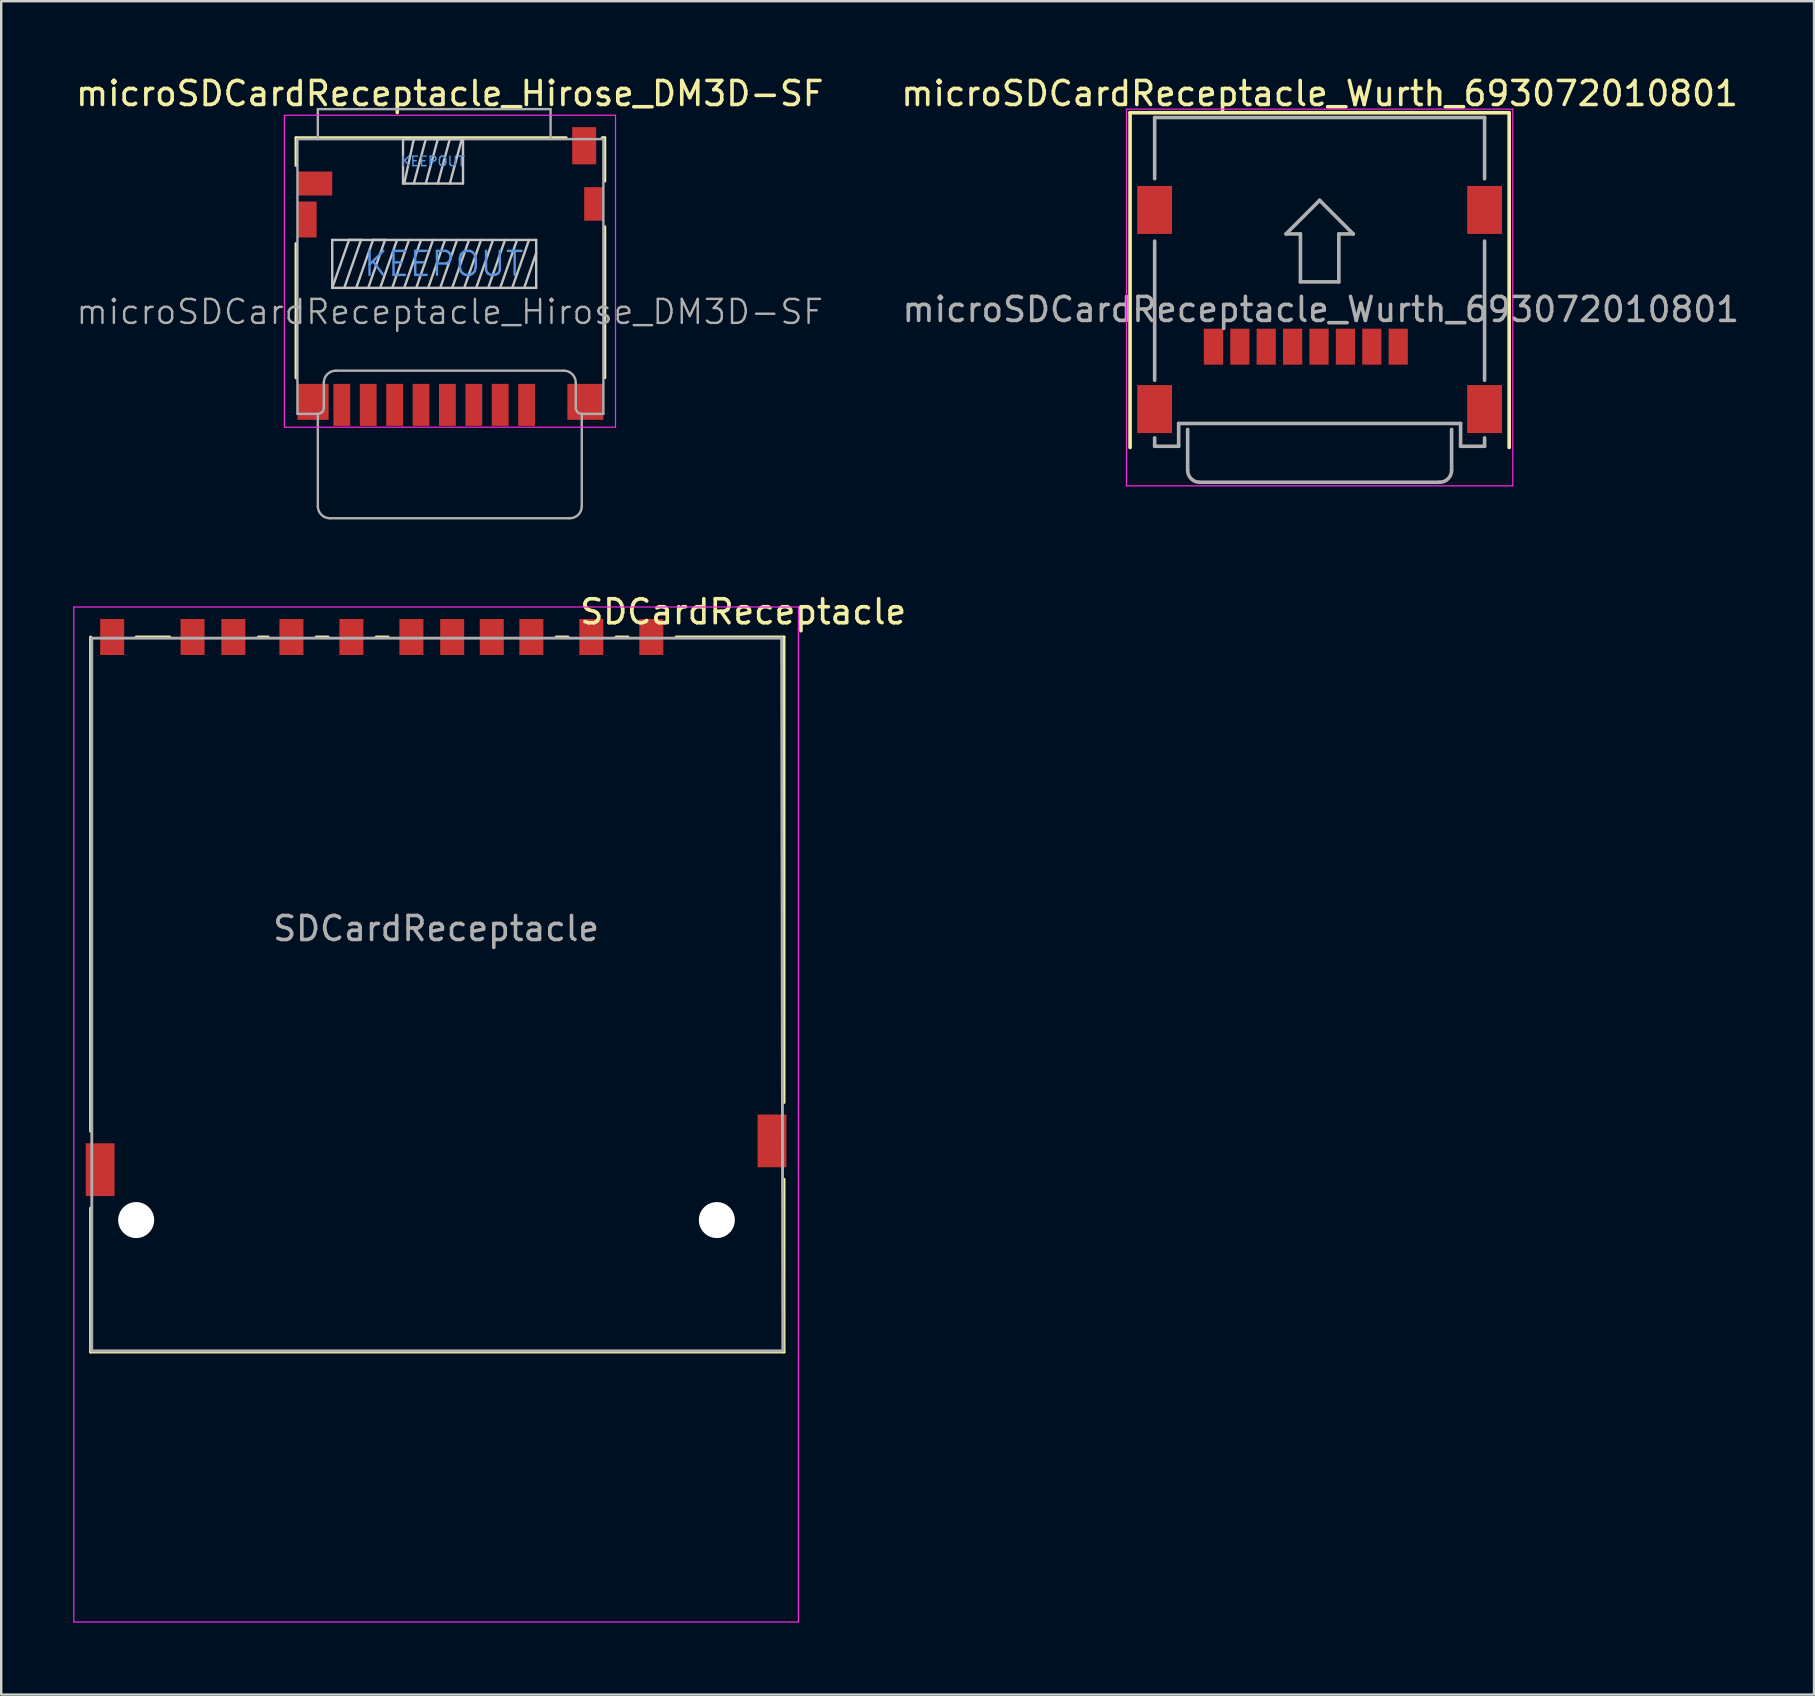
<source format=kicad_pcb>
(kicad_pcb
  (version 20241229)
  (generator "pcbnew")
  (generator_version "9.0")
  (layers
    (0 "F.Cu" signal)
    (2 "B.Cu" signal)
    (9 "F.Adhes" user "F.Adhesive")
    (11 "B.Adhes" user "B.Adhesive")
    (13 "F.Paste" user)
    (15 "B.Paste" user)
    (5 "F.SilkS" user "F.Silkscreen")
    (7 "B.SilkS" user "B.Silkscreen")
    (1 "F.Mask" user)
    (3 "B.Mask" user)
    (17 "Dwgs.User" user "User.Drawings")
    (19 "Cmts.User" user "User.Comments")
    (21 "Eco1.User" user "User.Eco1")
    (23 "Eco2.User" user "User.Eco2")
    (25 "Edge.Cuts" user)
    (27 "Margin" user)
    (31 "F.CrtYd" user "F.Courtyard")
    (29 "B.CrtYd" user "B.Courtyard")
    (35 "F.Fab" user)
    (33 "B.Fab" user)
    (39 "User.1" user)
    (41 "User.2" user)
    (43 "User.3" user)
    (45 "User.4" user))
  (footprint "microSDCardReceptacle_Wurth_693072010801"
    (layer "F.Cu")
    (at 51.946 9.848)
    (property "Reference" "microSDCardReceptacle_Wurth_693072010801" (at 0 -9 0) (layer "F.SilkS") (effects (font (size 1 1) (thickness 0.15))))
    (attr smd)
    (fp_line (start -7.9 -8.2) (end -7.9 5.75) (stroke (width 0.15) (type solid)) (layer "F.SilkS"))
    (fp_line (start 7.9 -8.2) (end -7.9 -8.2) (stroke (width 0.15) (type solid)) (layer "F.SilkS"))
    (fp_line (start 7.9 5.75) (end 7.9 -8.2) (stroke (width 0.15) (type solid)) (layer "F.SilkS"))
    (fp_line (start -8.05 -8.35) (end 8.05 -8.35) (stroke (width 0.05) (type solid)) (layer "F.CrtYd"))
    (fp_line (start -8.05 7.35) (end -8.05 -8.35) (stroke (width 0.05) (type solid)) (layer "F.CrtYd"))
    (fp_line (start 8.05 -8.35) (end 8.05 7.35) (stroke (width 0.05) (type solid)) (layer "F.CrtYd"))
    (fp_line (start 8.05 7.35) (end -8.05 7.35) (stroke (width 0.05) (type solid)) (layer "F.CrtYd"))
    (fp_line (start -6.875 -8) (end -6.875 -5.45) (stroke (width 0.15) (type solid)) (layer "F.Fab"))
    (fp_line (start -6.875 -2.85) (end -6.875 2.95) (stroke (width 0.15) (type solid)) (layer "F.Fab"))
    (fp_line (start -6.875 5.7) (end -6.875 5.35) (stroke (width 0.15) (type solid)) (layer "F.Fab"))
    (fp_line (start -5.875 4.75) (end -5.875 5.7) (stroke (width 0.15) (type solid)) (layer "F.Fab"))
    (fp_line (start -5.875 5.7) (end -6.875 5.7) (stroke (width 0.15) (type solid)) (layer "F.Fab"))
    (fp_line (start -5.5 6.7) (end -5.5 5) (stroke (width 0.15) (type solid)) (layer "F.Fab"))
    (fp_line (start -1.4 -3.15) (end 0 -4.55) (stroke (width 0.15) (type solid)) (layer "F.Fab"))
    (fp_line (start -0.8 -3.15) (end -1.4 -3.15) (stroke (width 0.15) (type solid)) (layer "F.Fab"))
    (fp_line (start -0.8 -1.15) (end -0.8 -3.15) (stroke (width 0.15) (type solid)) (layer "F.Fab"))
    (fp_line (start 0 -4.55) (end 1.4 -3.15) (stroke (width 0.15) (type solid)) (layer "F.Fab"))
    (fp_line (start 0.8 -3.15) (end 0.8 -1.15) (stroke (width 0.15) (type solid)) (layer "F.Fab"))
    (fp_line (start 0.8 -1.15) (end -0.8 -1.15) (stroke (width 0.15) (type solid)) (layer "F.Fab"))
    (fp_line (start 1.4 -3.15) (end 0.8 -3.15) (stroke (width 0.15) (type solid)) (layer "F.Fab"))
    (fp_line (start 5 7.2) (end -5 7.2) (stroke (width 0.15) (type solid)) (layer "F.Fab"))
    (fp_line (start 5.5 6.7) (end 5.5 5) (stroke (width 0.15) (type solid)) (layer "F.Fab"))
    (fp_line (start 5.875 4.75) (end -5.875 4.75) (stroke (width 0.15) (type solid)) (layer "F.Fab"))
    (fp_line (start 5.875 5.7) (end 5.875 4.75) (stroke (width 0.15) (type solid)) (layer "F.Fab"))
    (fp_line (start 6.875 -8) (end -6.875 -8) (stroke (width 0.15) (type solid)) (layer "F.Fab"))
    (fp_line (start 6.875 -5.45) (end 6.875 -8) (stroke (width 0.15) (type solid)) (layer "F.Fab"))
    (fp_line (start 6.875 -2.85) (end 6.875 2.95) (stroke (width 0.15) (type solid)) (layer "F.Fab"))
    (fp_line (start 6.875 5.35) (end 6.875 5.7) (stroke (width 0.15) (type solid)) (layer "F.Fab"))
    (fp_line (start 6.875 5.7) (end 5.875 5.7) (stroke (width 0.15) (type solid)) (layer "F.Fab"))
    (fp_arc (start -5 7.2) (mid -5.353553 7.053553) (end -5.5 6.7) (stroke (width 0.15) (type solid)) (layer "F.Fab"))
    (fp_arc (start 5.5 6.7) (mid 5.353553 7.053553) (end 5 7.2) (stroke (width 0.15) (type solid)) (layer "F.Fab"))
    (fp_text user "${REFERENCE}" (at 0.05 0 0) (layer "F.Fab") (effects (font (size 1 1) (thickness 0.15))))
    (pad "1" smd rect (at 3.275 1.55) (size 0.8 1.5) (layers "F.Cu" "F.Mask" "F.Paste"))
    (pad "2" smd rect (at 2.175 1.55) (size 0.8 1.5) (layers "F.Cu" "F.Mask" "F.Paste"))
    (pad "3" smd rect (at 1.075 1.55) (size 0.8 1.5) (layers "F.Cu" "F.Mask" "F.Paste"))
    (pad "4" smd rect (at -0.025 1.55) (size 0.8 1.5) (layers "F.Cu" "F.Mask" "F.Paste"))
    (pad "5" smd rect (at -1.125 1.55) (size 0.8 1.5) (layers "F.Cu" "F.Mask" "F.Paste"))
    (pad "6" smd rect (at -2.225 1.55) (size 0.8 1.5) (layers "F.Cu" "F.Mask" "F.Paste"))
    (pad "7" smd rect (at -3.325 1.55) (size 0.8 1.5) (layers "F.Cu" "F.Mask" "F.Paste"))
    (pad "8" smd rect (at -4.425 1.55) (size 0.8 1.5) (layers "F.Cu" "F.Mask" "F.Paste"))
    (pad "9" smd rect (at -6.875 -4.15) (size 1.45 2) (layers "F.Cu" "F.Mask" "F.Paste"))
    (pad "9" smd rect (at -6.875 4.15) (size 1.45 2) (layers "F.Cu" "F.Mask" "F.Paste"))
    (pad "9" smd rect (at 6.875 -4.15) (size 1.45 2) (layers "F.Cu" "F.Mask" "F.Paste"))
    (pad "9" smd rect (at 6.875 4.15) (size 1.45 2) (layers "F.Cu" "F.Mask" "F.Paste")))
  (footprint "SDCardReceptacle"
    (layer "F.Cu")
    (at 15.125 35.647)
    (property "Reference" "SDCardReceptacle" (at 12.8 -13.2 0) (layer "F.SilkS") (effects (font (size 1 1) (thickness 0.15))))
    (attr smd)
    (fp_line (start -14.4 8.45) (end -14.4 -12.15) (stroke (width 0.12) (type solid)) (layer "F.SilkS"))
    (fp_line (start -14.4 17.65) (end -14.4 11.65) (stroke (width 0.12) (type solid)) (layer "F.SilkS"))
    (fp_line (start -12.5 -12.15) (end -11.1 -12.15) (stroke (width 0.12) (type solid)) (layer "F.SilkS"))
    (fp_line (start -7.4 -12.15) (end -7 -12.15) (stroke (width 0.12) (type solid)) (layer "F.SilkS"))
    (fp_line (start -5 -12.15) (end -4.5 -12.15) (stroke (width 0.12) (type solid)) (layer "F.SilkS"))
    (fp_line (start -2.5 -12.15) (end -2 -12.15) (stroke (width 0.12) (type solid)) (layer "F.SilkS"))
    (fp_line (start 5 -12.15) (end 5.5 -12.15) (stroke (width 0.12) (type solid)) (layer "F.SilkS"))
    (fp_line (start 7.5 -12.15) (end 8 -12.15) (stroke (width 0.12) (type solid)) (layer "F.SilkS"))
    (fp_line (start 14.5 -12.15) (end 10 -12.15) (stroke (width 0.12) (type solid)) (layer "F.SilkS"))
    (fp_line (start 14.5 7.25) (end 14.5 -12.15) (stroke (width 0.12) (type solid)) (layer "F.SilkS"))
    (fp_line (start 14.5 17.65) (end -14.4 17.65) (stroke (width 0.12) (type solid)) (layer "F.SilkS"))
    (fp_line (start 14.5 17.65) (end 14.5 10.45) (stroke (width 0.12) (type solid)) (layer "F.SilkS"))
    (fp_line (start -15.1 -13.4) (end -15.1 28.9) (stroke (width 0.05) (type solid)) (layer "F.CrtYd"))
    (fp_line (start -15.1 28.9) (end 15.1 28.9) (stroke (width 0.05) (type solid)) (layer "F.CrtYd"))
    (fp_line (start 15.1 -13.4) (end -15.1 -13.4) (stroke (width 0.05) (type solid)) (layer "F.CrtYd"))
    (fp_line (start 15.1 28.9) (end 15.1 -13.4) (stroke (width 0.05) (type solid)) (layer "F.CrtYd"))
    (fp_line (start -14.35 -12.1) (end -14.35 17.6) (stroke (width 0.12) (type solid)) (layer "F.Fab"))
    (fp_line (start -14.35 17.6) (end 14.45 17.6) (stroke (width 0.12) (type solid)) (layer "F.Fab"))
    (fp_line (start 14.4 -12.1) (end -14.35 -12.1) (stroke (width 0.12) (type solid)) (layer "F.Fab"))
    (fp_line (start 14.45 17.6) (end 14.4 -12.1) (stroke (width 0.12) (type solid)) (layer "F.Fab"))
    (fp_text user "${REFERENCE}" (at 0 0 0) (layer "F.Fab") (effects (font (size 1 1) (thickness 0.15))))
    (pad "" np_thru_hole circle (at -12.5 12.15) (size 1.5 1.5) (drill 1.5) (layers "*.Cu" "*.Mask"))
    (pad "" np_thru_hole circle (at 11.7 12.15) (size 1.5 1.5) (drill 1.5) (layers "*.Cu" "*.Mask"))
    (pad "1" smd rect (at 6.47 -12.15) (size 1 1.5) (layers "F.Cu" "F.Mask" "F.Paste"))
    (pad "2" smd rect (at 3.97 -12.15) (size 1 1.5) (layers "F.Cu" "F.Mask" "F.Paste"))
    (pad "3" smd rect (at 0.67 -12.15) (size 1 1.5) (layers "F.Cu" "F.Mask" "F.Paste"))
    (pad "4" smd rect (at -1.03 -12.15) (size 1 1.5) (layers "F.Cu" "F.Mask" "F.Paste"))
    (pad "5" smd rect (at -3.53 -12.15) (size 1 1.5) (layers "F.Cu" "F.Mask" "F.Paste"))
    (pad "6" smd rect (at -6.03 -12.15) (size 1 1.5) (layers "F.Cu" "F.Mask" "F.Paste"))
    (pad "7" smd rect (at -8.45 -12.15) (size 1 1.5) (layers "F.Cu" "F.Mask" "F.Paste"))
    (pad "8" smd rect (at -10.15 -12.15) (size 1 1.5) (layers "F.Cu" "F.Mask" "F.Paste"))
    (pad "9" smd rect (at 8.97 -12.15) (size 1 1.5) (layers "F.Cu" "F.Mask" "F.Paste"))
    (pad "10" smd rect (at 2.32 -12.15) (size 1 1.5) (layers "F.Cu" "F.Mask" "F.Paste"))
    (pad "11" smd rect (at -13.5 -12.15) (size 1 1.5) (layers "F.Cu" "F.Mask" "F.Paste"))
    (pad "12" smd rect (at 14 8.85) (size 1.2 2.2) (layers "F.Cu" "F.Mask" "F.Paste"))
    (pad "13" smd rect (at -14 10.05) (size 1.2 2.2) (layers "F.Cu" "F.Mask" "F.Paste")))
  (footprint "microSDCardReceptacle_Hirose_DM3D-SF"
    (layer "F.Cu")
    (at 15.721 8.473)
    (property "Reference" "microSDCardReceptacle_Hirose_DM3D-SF" (at -0.025 -7.625 0) (layer "F.SilkS") (effects (font (size 1 1) (thickness 0.15))))
    (attr smd)
    (fp_line (start -6.435 -5.785) (end 4.825 -5.785) (stroke (width 0.12) (type solid)) (layer "F.SilkS"))
    (fp_line (start -6.435 -4.625) (end -6.435 -5.785) (stroke (width 0.12) (type solid)) (layer "F.SilkS"))
    (fp_line (start -6.435 -1.375) (end -6.435 4.225) (stroke (width 0.12) (type solid)) (layer "F.SilkS"))
    (fp_line (start 6.325 -5.785) (end 6.435 -5.785) (stroke (width 0.12) (type solid)) (layer "F.SilkS"))
    (fp_line (start 6.435 -5.785) (end 6.435 -3.975) (stroke (width 0.12) (type solid)) (layer "F.SilkS"))
    (fp_line (start 6.435 -2.075) (end 6.435 4.225) (stroke (width 0.12) (type solid)) (layer "F.SilkS"))
    (fp_line (start -4.925 -1.525) (end -4.925 0.475) (stroke (width 0.1) (type solid)) (layer "Dwgs.User"))
    (fp_line (start -4.925 -1.525) (end 3.575 -1.525) (stroke (width 0.1) (type solid)) (layer "Dwgs.User"))
    (fp_line (start -4.925 0.475) (end -4.225 -1.525) (stroke (width 0.1) (type solid)) (layer "Dwgs.User"))
    (fp_line (start -4.925 0.475) (end 3.575 0.475) (stroke (width 0.1) (type solid)) (layer "Dwgs.User"))
    (fp_line (start -4.425 0.475) (end -3.725 -1.525) (stroke (width 0.1) (type solid)) (layer "Dwgs.User"))
    (fp_line (start -4.225 -1.525) (end -3.725 -1.525) (stroke (width 0.1) (type solid)) (layer "Dwgs.User"))
    (fp_line (start -3.925 0.475) (end -3.225 -1.525) (stroke (width 0.1) (type solid)) (layer "Dwgs.User"))
    (fp_line (start -3.425 0.475) (end -2.725 -1.525) (stroke (width 0.1) (type solid)) (layer "Dwgs.User"))
    (fp_line (start -3.225 -1.525) (end -2.725 -1.525) (stroke (width 0.1) (type solid)) (layer "Dwgs.User"))
    (fp_line (start -2.925 0.475) (end -2.225 -1.525) (stroke (width 0.1) (type solid)) (layer "Dwgs.User"))
    (fp_line (start -2.425 0.475) (end -1.725 -1.525) (stroke (width 0.1) (type solid)) (layer "Dwgs.User"))
    (fp_line (start -1.975 -5.725) (end -1.975 -3.875) (stroke (width 0.1) (type solid)) (layer "Dwgs.User"))
    (fp_line (start -1.925 -3.875) (end -1.525 -5.725) (stroke (width 0.1) (type solid)) (layer "Dwgs.User"))
    (fp_line (start -1.925 0.475) (end -1.225 -1.525) (stroke (width 0.1) (type solid)) (layer "Dwgs.User"))
    (fp_line (start -1.425 0.475) (end -0.725 -1.525) (stroke (width 0.1) (type solid)) (layer "Dwgs.User"))
    (fp_line (start -1.025 -5.725) (end -1.525 -3.875) (stroke (width 0.1) (type solid)) (layer "Dwgs.User"))
    (fp_line (start -1.025 -3.875) (end -0.525 -5.725) (stroke (width 0.1) (type solid)) (layer "Dwgs.User"))
    (fp_line (start -0.925 0.475) (end -0.225 -1.525) (stroke (width 0.1) (type solid)) (layer "Dwgs.User"))
    (fp_line (start -0.425 0.475) (end 0.275 -1.525) (stroke (width 0.1) (type solid)) (layer "Dwgs.User"))
    (fp_line (start -0.025 -5.725) (end -0.525 -3.875) (stroke (width 0.1) (type solid)) (layer "Dwgs.User"))
    (fp_line (start -0.025 -3.875) (end 0.475 -5.725) (stroke (width 0.1) (type solid)) (layer "Dwgs.User"))
    (fp_line (start 0.075 0.475) (end 0.775 -1.525) (stroke (width 0.1) (type solid)) (layer "Dwgs.User"))
    (fp_line (start 0.525 -5.725) (end -1.975 -5.725) (stroke (width 0.1) (type solid)) (layer "Dwgs.User"))
    (fp_line (start 0.525 -3.875) (end -1.975 -3.875) (stroke (width 0.1) (type solid)) (layer "Dwgs.User"))
    (fp_line (start 0.525 -3.875) (end 0.525 -5.725) (stroke (width 0.1) (type solid)) (layer "Dwgs.User"))
    (fp_line (start 0.575 0.475) (end 1.275 -1.525) (stroke (width 0.1) (type solid)) (layer "Dwgs.User"))
    (fp_line (start 1.075 0.475) (end 1.775 -1.525) (stroke (width 0.1) (type solid)) (layer "Dwgs.User"))
    (fp_line (start 1.575 0.475) (end 2.275 -1.525) (stroke (width 0.1) (type solid)) (layer "Dwgs.User"))
    (fp_line (start 2.075 0.475) (end 2.775 -1.525) (stroke (width 0.1) (type solid)) (layer "Dwgs.User"))
    (fp_line (start 2.575 0.475) (end 3.275 -1.525) (stroke (width 0.1) (type solid)) (layer "Dwgs.User"))
    (fp_line (start 3.075 0.475) (end 3.575 -0.975) (stroke (width 0.1) (type solid)) (layer "Dwgs.User"))
    (fp_line (start 3.575 0.475) (end 3.575 -1.525) (stroke (width 0.1) (type solid)) (layer "Dwgs.User"))
    (fp_line (start -6.92 -6.72) (end 6.88 -6.72) (stroke (width 0.05) (type solid)) (layer "F.CrtYd"))
    (fp_line (start -6.92 6.28) (end -6.92 -6.72) (stroke (width 0.05) (type solid)) (layer "F.CrtYd"))
    (fp_line (start 6.88 -6.72) (end 6.88 6.28) (stroke (width 0.05) (type solid)) (layer "F.CrtYd"))
    (fp_line (start 6.88 6.28) (end -6.92 6.28) (stroke (width 0.05) (type solid)) (layer "F.CrtYd"))
    (fp_line (start -6.375 -5.725) (end 6.375 -5.725) (stroke (width 0.1) (type solid)) (layer "F.Fab"))
    (fp_line (start -6.375 5.725) (end -6.375 -5.725) (stroke (width 0.1) (type solid)) (layer "F.Fab"))
    (fp_line (start -6.375 5.725) (end -5.525 5.725) (stroke (width 0.1) (type solid)) (layer "F.Fab"))
    (fp_line (start -5.525 -6.975) (end 4.175 -6.975) (stroke (width 0.1) (type solid)) (layer "F.Fab"))
    (fp_line (start -5.525 -5.725) (end -5.525 -6.975) (stroke (width 0.1) (type solid)) (layer "F.Fab"))
    (fp_line (start -5.525 5.725) (end -5.525 9.575) (stroke (width 0.1) (type solid)) (layer "F.Fab"))
    (fp_line (start -5.275 5.475) (end -5.275 4.425) (stroke (width 0.1) (type solid)) (layer "F.Fab"))
    (fp_line (start -5.025 10.075) (end 4.975 10.075) (stroke (width 0.1) (type solid)) (layer "F.Fab"))
    (fp_line (start -4.775 3.925) (end 4.725 3.925) (stroke (width 0.1) (type solid)) (layer "F.Fab"))
    (fp_line (start 4.175 -5.725) (end 4.175 -6.975) (stroke (width 0.1) (type solid)) (layer "F.Fab"))
    (fp_line (start 5.225 5.475) (end 5.225 4.425) (stroke (width 0.1) (type solid)) (layer "F.Fab"))
    (fp_line (start 5.475 5.725) (end 6.375 5.725) (stroke (width 0.1) (type solid)) (layer "F.Fab"))
    (fp_line (start 5.475 9.575) (end 5.475 5.725) (stroke (width 0.1) (type solid)) (layer "F.Fab"))
    (fp_line (start 6.375 5.725) (end 6.375 -5.725) (stroke (width 0.1) (type solid)) (layer "F.Fab"))
    (fp_arc (start -5.275 4.425) (mid -5.128553 4.071447) (end -4.775 3.925) (stroke (width 0.1) (type solid)) (layer "F.Fab"))
    (fp_arc (start -5.275 5.475) (mid -5.348223 5.651777) (end -5.525 5.725) (stroke (width 0.1) (type solid)) (layer "F.Fab"))
    (fp_arc (start -5.025 10.075) (mid -5.378553 9.928553) (end -5.525 9.575) (stroke (width 0.1) (type solid)) (layer "F.Fab"))
    (fp_arc (start 4.725 3.925) (mid 5.078553 4.071447) (end 5.225 4.425) (stroke (width 0.1) (type solid)) (layer "F.Fab"))
    (fp_arc (start 5.475 5.725) (mid 5.298223 5.651777) (end 5.225 5.475) (stroke (width 0.1) (type solid)) (layer "F.Fab"))
    (fp_arc (start 5.475 9.575) (mid 5.328553 9.928553) (end 4.975 10.075) (stroke (width 0.1) (type solid)) (layer "F.Fab"))
    (fp_text user "KEEPOUT" (at -0.275 -0.525 0) (layer "Cmts.User") (effects (font (size 1 1) (thickness 0.1))))
    (fp_text user "KEEPOUT" (at -0.725 -4.8 0) (layer "Cmts.User") (effects (font (size 0.4 0.4) (thickness 0.06))))
    (fp_text user "${REFERENCE}" (at -0.025 1.475 0) (layer "F.Fab") (effects (font (size 1 1) (thickness 0.1))))
    (pad "1" smd rect (at 3.175 5.35) (size 0.7 1.75) (layers "F.Cu" "F.Mask" "F.Paste"))
    (pad "2" smd rect (at 2.075 5.35) (size 0.7 1.75) (layers "F.Cu" "F.Mask" "F.Paste"))
    (pad "3" smd rect (at 0.975 5.35) (size 0.7 1.75) (layers "F.Cu" "F.Mask" "F.Paste"))
    (pad "4" smd rect (at -0.125 5.35) (size 0.7 1.75) (layers "F.Cu" "F.Mask" "F.Paste"))
    (pad "5" smd rect (at -1.225 5.35) (size 0.7 1.75) (layers "F.Cu" "F.Mask" "F.Paste"))
    (pad "6" smd rect (at -2.325 5.35) (size 0.7 1.75) (layers "F.Cu" "F.Mask" "F.Paste"))
    (pad "7" smd rect (at -3.425 5.35) (size 0.7 1.75) (layers "F.Cu" "F.Mask" "F.Paste"))
    (pad "8" smd rect (at -4.525 5.35) (size 0.7 1.75) (layers "F.Cu" "F.Mask" "F.Paste"))
    (pad "9" smd rect (at -5.65 -3.875) (size 1.45 1) (layers "F.Cu" "F.Mask" "F.Paste"))
    (pad "10" smd rect (at 5.575 -5.45) (size 1 1.55) (layers "F.Cu" "F.Mask" "F.Paste"))
    (pad "11" smd rect (at -5.975 -2.375) (size 0.8 1.5) (layers "F.Cu" "F.Mask" "F.Paste"))
    (pad "11" smd rect (at -5.725 5.225) (size 1.3 1.5) (layers "F.Cu" "F.Mask" "F.Paste"))
    (pad "11" smd rect (at 5.625 5.225) (size 1.5 1.5) (layers "F.Cu" "F.Mask" "F.Paste"))
    (pad "11" smd rect (at 5.975 -3.025) (size 0.8 1.4) (layers "F.Cu" "F.Mask" "F.Paste")))
  (gr_rect
    (start -3 -3)
    (end 72.55 67.572)
    (stroke (width 0.1) (type default))
    (fill no)
    (layer "Edge.Cuts")))
</source>
